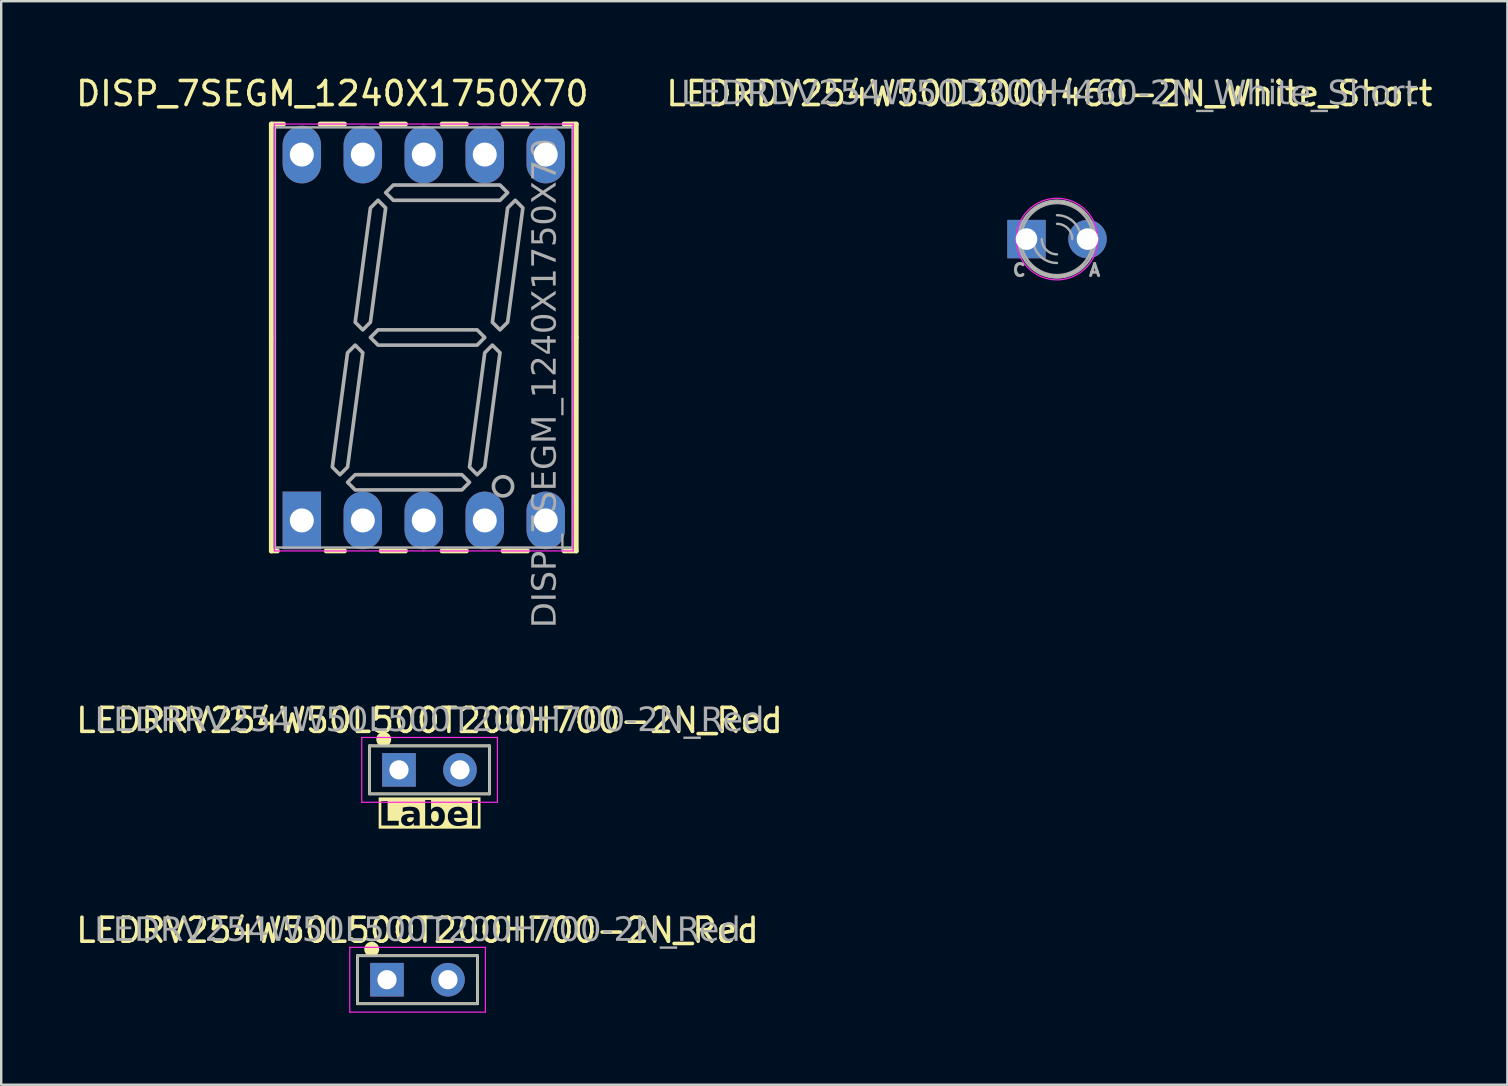
<source format=kicad_pcb>
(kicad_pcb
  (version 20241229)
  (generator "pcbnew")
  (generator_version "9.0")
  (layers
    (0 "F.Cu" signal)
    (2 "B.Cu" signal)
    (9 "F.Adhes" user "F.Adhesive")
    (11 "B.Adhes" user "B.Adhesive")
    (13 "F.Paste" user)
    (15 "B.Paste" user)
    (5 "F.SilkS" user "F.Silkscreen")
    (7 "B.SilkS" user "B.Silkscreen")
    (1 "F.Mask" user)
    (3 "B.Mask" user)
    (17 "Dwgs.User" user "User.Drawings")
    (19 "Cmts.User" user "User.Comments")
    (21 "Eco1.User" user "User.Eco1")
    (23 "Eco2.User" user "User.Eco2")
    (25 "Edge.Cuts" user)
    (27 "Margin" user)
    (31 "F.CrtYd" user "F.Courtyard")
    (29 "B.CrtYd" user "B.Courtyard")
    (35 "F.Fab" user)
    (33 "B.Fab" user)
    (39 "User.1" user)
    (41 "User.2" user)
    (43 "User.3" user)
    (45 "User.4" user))
  (footprint "DISP_7SEGM_1240X1750X70"
    (layer "F.Cu")
    (at 14.602 11.008)
    (property "Reference" "DISP_7SEGM_1240X1750X70" (at -3.81 -10.16 0) (layer "F.SilkS") (effects (font (size 1 1) (thickness 0.15))))
    (attr through_hole)
    (fp_line (start -6.35 -8.89) (end -6.35 0) (stroke (width 0.203) (type solid)) (layer "F.SilkS"))
    (fp_line (start -6.35 -8.89) (end -5.842 -8.89) (stroke (width 0.203) (type solid)) (layer "F.SilkS"))
    (fp_line (start -6.35 8.89) (end -6.35 0) (stroke (width 0.203) (type solid)) (layer "F.SilkS"))
    (fp_line (start -6.35 8.89) (end -6.096 8.89) (stroke (width 0.203) (type solid)) (layer "F.SilkS"))
    (fp_line (start -4.318 -8.89) (end -3.302 -8.89) (stroke (width 0.203) (type solid)) (layer "F.SilkS"))
    (fp_line (start -4.064 8.89) (end -3.302 8.89) (stroke (width 0.203) (type solid)) (layer "F.SilkS"))
    (fp_line (start -1.778 -8.89) (end -0.762 -8.89) (stroke (width 0.203) (type solid)) (layer "F.SilkS"))
    (fp_line (start -1.778 8.89) (end -0.762 8.89) (stroke (width 0.203) (type solid)) (layer "F.SilkS"))
    (fp_line (start 0.762 -8.89) (end 1.778 -8.89) (stroke (width 0.203) (type solid)) (layer "F.SilkS"))
    (fp_line (start 0.762 8.89) (end 1.778 8.89) (stroke (width 0.203) (type solid)) (layer "F.SilkS"))
    (fp_line (start 3.302 -8.89) (end 4.318 -8.89) (stroke (width 0.203) (type solid)) (layer "F.SilkS"))
    (fp_line (start 3.302 8.89) (end 4.318 8.89) (stroke (width 0.203) (type solid)) (layer "F.SilkS"))
    (fp_line (start 5.842 -8.89) (end 6.35 -8.89) (stroke (width 0.203) (type solid)) (layer "F.SilkS"))
    (fp_line (start 5.842 8.89) (end 6.35 8.89) (stroke (width 0.203) (type solid)) (layer "F.SilkS"))
    (fp_line (start 6.35 -8.89) (end 6.35 0) (stroke (width 0.203) (type solid)) (layer "F.SilkS"))
    (fp_line (start 6.35 8.89) (end 6.35 0) (stroke (width 0.203) (type solid)) (layer "F.SilkS"))
    (fp_line (start -6.223 -8.89) (end -6.223 0) (stroke (width 0.05) (type solid)) (layer "F.CrtYd"))
    (fp_line (start -6.223 -8.89) (end 0 -8.89) (stroke (width 0.05) (type solid)) (layer "F.CrtYd"))
    (fp_line (start -6.223 8.89) (end -6.223 0) (stroke (width 0.05) (type solid)) (layer "F.CrtYd"))
    (fp_line (start -6.223 8.89) (end 0 8.89) (stroke (width 0.05) (type solid)) (layer "F.CrtYd"))
    (fp_line (start 6.223 -8.89) (end 0 -8.89) (stroke (width 0.05) (type solid)) (layer "F.CrtYd"))
    (fp_line (start 6.223 -8.89) (end 6.223 0) (stroke (width 0.05) (type solid)) (layer "F.CrtYd"))
    (fp_line (start 6.223 8.89) (end 0 8.89) (stroke (width 0.05) (type solid)) (layer "F.CrtYd"))
    (fp_line (start 6.223 8.89) (end 6.223 0) (stroke (width 0.05) (type solid)) (layer "F.CrtYd"))
    (fp_line (start -6.2 -8.75) (end -6.2 0) (stroke (width 0.1) (type solid)) (layer "F.Fab"))
    (fp_line (start -6.2 -8.75) (end 0 -8.75) (stroke (width 0.1) (type solid)) (layer "F.Fab"))
    (fp_line (start -6.2 8.75) (end -6.2 0) (stroke (width 0.1) (type solid)) (layer "F.Fab"))
    (fp_line (start -6.2 8.75) (end 0 8.75) (stroke (width 0.1) (type solid)) (layer "F.Fab"))
    (fp_line (start 6.2 -8.75) (end 0 -8.75) (stroke (width 0.1) (type solid)) (layer "F.Fab"))
    (fp_line (start 6.2 -8.75) (end 6.2 0) (stroke (width 0.1) (type solid)) (layer "F.Fab"))
    (fp_line (start 6.2 8.75) (end 0 8.75) (stroke (width 0.1) (type solid)) (layer "F.Fab"))
    (fp_line (start 6.2 8.75) (end 6.2 0) (stroke (width 0.1) (type solid)) (layer "F.Fab"))
    (fp_circle (center 3.3 6.2) (end 3.7 6.2) (stroke (width 0.152) (type solid)) (fill no) (layer "F.Fab"))
    (fp_poly (pts (xy -3.175 0.635) (xy -2.857 0.318) (xy -2.54 0.635) (xy -3.175 5.397) (xy -3.493 5.715) (xy -3.81 5.397)) (stroke (width 0.152) (type solid)) (fill no) (layer "F.Fab"))
    (fp_poly (pts (xy -2.223 -5.397) (xy -1.905 -5.715) (xy -1.587 -5.397) (xy -2.223 -0.635) (xy -2.54 -0.318) (xy -2.857 -0.635)) (stroke (width 0.152) (type solid)) (fill no) (layer "F.Fab"))
    (fp_poly (pts (xy 1.587 5.715) (xy 1.905 6.032) (xy 1.587 6.35) (xy -2.857 6.35) (xy -3.175 6.032) (xy -2.857 5.715)) (stroke (width 0.152) (type solid)) (fill no) (layer "F.Fab"))
    (fp_poly (pts (xy 2.54 0) (xy 2.223 -0.318) (xy -1.905 -0.318) (xy -2.223 0) (xy -1.905 0.318) (xy 2.223 0.318)) (stroke (width 0.152) (type solid)) (fill no) (layer "F.Fab"))
    (fp_poly (pts (xy 2.54 0.635) (xy 2.857 0.318) (xy 3.175 0.635) (xy 2.54 5.397) (xy 2.223 5.715) (xy 1.905 5.397)) (stroke (width 0.152) (type solid)) (fill no) (layer "F.Fab"))
    (fp_poly (pts (xy 3.175 -6.35) (xy 3.493 -6.032) (xy 3.175 -5.715) (xy -1.27 -5.715) (xy -1.587 -6.032) (xy -1.27 -6.35)) (stroke (width 0.152) (type solid)) (fill no) (layer "F.Fab"))
    (fp_poly (pts (xy 3.493 -5.397) (xy 3.81 -5.715) (xy 4.128 -5.397) (xy 3.493 -0.635) (xy 3.175 -0.318) (xy 2.857 -0.635)) (stroke (width 0.152) (type solid)) (fill no) (layer "F.Fab"))
    (fp_text user "${REFERENCE}" (at 5.08 1.905 90) (layer "F.Fab") (effects (font (face "Tahoma") (size 1 1) (thickness 0.15))))
    (pad "1" thru_hole rect (at -5.08 7.62) (size 1.6 2.4) (drill 1) (layers "*.Cu" "*.Mask"))
    (pad "2" thru_hole oval (at -2.54 7.62) (size 1.6 2.4) (drill 1) (layers "*.Cu" "*.Mask"))
    (pad "3" thru_hole oval (at 0 7.62) (size 1.6 2.4) (drill 1) (layers "*.Cu" "*.Mask"))
    (pad "4" thru_hole oval (at 2.54 7.62) (size 1.6 2.4) (drill 1) (layers "*.Cu" "*.Mask"))
    (pad "5" thru_hole oval (at 5.08 7.62) (size 1.6 2.4) (drill 1) (layers "*.Cu" "*.Mask"))
    (pad "6" thru_hole oval (at 5.08 -7.62) (size 1.6 2.4) (drill 1) (layers "*.Cu" "*.Mask"))
    (pad "7" thru_hole oval (at 2.54 -7.62) (size 1.6 2.4) (drill 1) (layers "*.Cu" "*.Mask"))
    (pad "8" thru_hole oval (at 0 -7.62) (size 1.6 2.4) (drill 1) (layers "*.Cu" "*.Mask"))
    (pad "9" thru_hole oval (at -2.54 -7.62) (size 1.6 2.4) (drill 1) (layers "*.Cu" "*.Mask"))
    (pad "10" thru_hole oval (at -5.08 -7.62) (size 1.6 2.4) (drill 1) (layers "*.Cu" "*.Mask")))
  (footprint "LEDRDV254W50D300H460-2N_White_Short"
    (layer "F.Cu")
    (at 40.978 6.909)
    (property "Reference" "LEDRDV254W50D300H460-2N_White_Short" (at -0.318 -6.061 0) (layer "F.SilkS") (effects (font (size 1 1) (thickness 0.15))))
    (attr through_hole)
    (fp_arc (start -1.11125 -1.11125) (mid 0 -1.571545) (end 1.11125 -1.11125) (stroke (width 0.12) (type default)) (layer "F.SilkS"))
    (fp_arc (start 1.11125 1.11125) (mid 0 1.571545) (end -1.11125 1.11125) (stroke (width 0.12) (type default)) (layer "F.SilkS"))
    (fp_circle (center 0 0) (end 1.7 0) (stroke (width 0.05) (type default)) (fill no) (layer "F.CrtYd"))
    (fp_arc (start 0 -0.995373) (mid 0.703835 -0.703835) (end 0.995373 0) (stroke (width 0.1) (type default)) (layer "F.Fab"))
    (fp_arc (start 0 -0.635) (mid 0.449013 -0.449013) (end 0.635 0) (stroke (width 0.1) (type default)) (layer "F.Fab"))
    (fp_arc (start 0 0.635) (mid -0.449013 0.449013) (end -0.635 0) (stroke (width 0.1) (type default)) (layer "F.Fab"))
    (fp_arc (start 0 0.995373) (mid -0.703835 0.703835) (end -0.995373 0) (stroke (width 0.1) (type default)) (layer "F.Fab"))
    (fp_circle (center 0 0) (end 1.5 0) (stroke (width 0.1) (type default)) (fill no) (layer "F.Fab"))
    (fp_circle (center 0 0) (end 1.6 0) (stroke (width 0.1) (type default)) (fill no) (layer "F.Fab"))
    (fp_text user "A" (at 1.27 1.587 0) (unlocked yes) (layer "F.Fab") (effects (font (size 0.5 0.5) (thickness 0.125)) (justify left bottom)))
    (fp_text user "${REFERENCE}" (at -0.318 -6.032 0) (layer "F.Fab") (effects (font (face "Tahoma") (size 1 1) (thickness 0.15))))
    (fp_text user "C" (at -1.905 1.587 0) (unlocked yes) (layer "F.Fab") (effects (font (size 0.5 0.5) (thickness 0.125)) (justify left bottom)))
    (pad "A" thru_hole circle (at 1.27 0) (size 1.6 1.6) (drill 0.9) (layers "*.Cu" "*.Mask"))
    (pad "C" thru_hole rect (at -1.27 0) (size 1.6 1.6) (drill 0.9) (layers "*.Cu" "*.Mask")))
  (footprint "LEDRRV254W50L500T200H700-2N_Red"
    (layer "F.Cu")
    (at 14.839 29.018)
    (property "Reference" "LEDRRV254W50L500T200H700-2N_Red" (at 0 -2.06 0) (layer "F.SilkS") (effects (font (size 1 1) (thickness 0.15))))
    (property "Label" "Label" (at 0 1.905 0) (layer "F.SilkS" knockout) (effects (font (face "Tahoma") (size 1 1) (thickness 0.2) (bold yes))))
    (attr through_hole)
    (fp_line (start -2.5 -1) (end -2.5 1) (stroke (width 0.12) (type solid)) (layer "F.SilkS"))
    (fp_line (start -2.5 -1) (end 2.5 -1) (stroke (width 0.12) (type solid)) (layer "F.SilkS"))
    (fp_line (start -2.5 1) (end 2.5 1) (stroke (width 0.12) (type solid)) (layer "F.SilkS"))
    (fp_line (start 2.5 -1) (end 2.5 1) (stroke (width 0.12) (type solid)) (layer "F.SilkS"))
    (fp_circle (center -1.905 -1.27) (end -1.655 -1.27) (stroke (width 0.12) (type solid)) (fill yes) (layer "F.SilkS"))
    (fp_line (start -2.82 -1.35) (end -2.82 1.35) (stroke (width 0.05) (type solid)) (layer "F.CrtYd"))
    (fp_line (start -2.82 1.35) (end 2.83 1.35) (stroke (width 0.05) (type solid)) (layer "F.CrtYd"))
    (fp_line (start 2.83 -1.35) (end -2.82 -1.35) (stroke (width 0.05) (type solid)) (layer "F.CrtYd"))
    (fp_line (start 2.83 1.35) (end 2.83 -1.35) (stroke (width 0.05) (type solid)) (layer "F.CrtYd"))
    (fp_line (start -2.5 -1) (end -2.5 1) (stroke (width 0.1) (type solid)) (layer "F.Fab"))
    (fp_line (start -2.5 1) (end 2.5 1) (stroke (width 0.1) (type solid)) (layer "F.Fab"))
    (fp_line (start 2.5 -1) (end -2.5 -1) (stroke (width 0.1) (type solid)) (layer "F.Fab"))
    (fp_line (start 2.5 1) (end 2.5 -1) (stroke (width 0.1) (type solid)) (layer "F.Fab"))
    (fp_text user "${REFERENCE}" (at 0 -2.032 0) (layer "F.Fab") (effects (font (face "Tahoma") (size 1 1) (thickness 0.15))))
    (pad "A" thru_hole circle (at 1.27 0) (size 1.4 1.4) (drill 0.8) (layers "*.Cu" "*.Mask"))
    (pad "C" thru_hole rect (at -1.27 0) (size 1.4 1.4) (drill 0.8) (layers "*.Cu" "*.Mask")))
  (footprint "LEDRV254W50L500T200H700-2N_Red"
    (layer "F.Cu")
    (at 14.339 37.759)
    (property "Reference" "LEDRV254W50L500T200H700-2N_Red" (at 0 -2.06 0) (layer "F.SilkS") (effects (font (size 1 1) (thickness 0.15))))
    (attr through_hole)
    (fp_line (start -2.5 -1) (end -2.5 1) (stroke (width 0.12) (type solid)) (layer "F.SilkS"))
    (fp_line (start -2.5 -1) (end 2.5 -1) (stroke (width 0.12) (type solid)) (layer "F.SilkS"))
    (fp_line (start -2.5 1) (end 2.5 1) (stroke (width 0.12) (type solid)) (layer "F.SilkS"))
    (fp_line (start 2.5 -1) (end 2.5 1) (stroke (width 0.12) (type solid)) (layer "F.SilkS"))
    (fp_circle (center -1.905 -1.27) (end -1.655 -1.27) (stroke (width 0.12) (type solid)) (fill yes) (layer "F.SilkS"))
    (fp_line (start -2.82 -1.35) (end -2.82 1.35) (stroke (width 0.05) (type solid)) (layer "F.CrtYd"))
    (fp_line (start -2.82 1.35) (end 2.83 1.35) (stroke (width 0.05) (type solid)) (layer "F.CrtYd"))
    (fp_line (start 2.83 -1.35) (end -2.82 -1.35) (stroke (width 0.05) (type solid)) (layer "F.CrtYd"))
    (fp_line (start 2.83 1.35) (end 2.83 -1.35) (stroke (width 0.05) (type solid)) (layer "F.CrtYd"))
    (fp_line (start -2.5 -1) (end -2.5 1) (stroke (width 0.1) (type solid)) (layer "F.Fab"))
    (fp_line (start -2.5 1) (end 2.5 1) (stroke (width 0.1) (type solid)) (layer "F.Fab"))
    (fp_line (start 2.5 -1) (end -2.5 -1) (stroke (width 0.1) (type solid)) (layer "F.Fab"))
    (fp_line (start 2.5 1) (end 2.5 -1) (stroke (width 0.1) (type solid)) (layer "F.Fab"))
    (fp_text user "${REFERENCE}" (at 0 -2.032 0) (layer "F.Fab") (effects (font (face "Tahoma") (size 1 1) (thickness 0.15))))
    (pad "A" thru_hole circle (at 1.27 0) (size 1.4 1.4) (drill 0.8) (layers "*.Cu" "*.Mask"))
    (pad "C" thru_hole rect (at -1.27 0) (size 1.4 1.4) (drill 0.8) (layers "*.Cu" "*.Mask")))
  (gr_rect
    (start -3 -3)
    (end 59.738 42.134)
    (stroke (width 0.1) (type default))
    (fill no)
    (layer "Edge.Cuts")))
</source>
